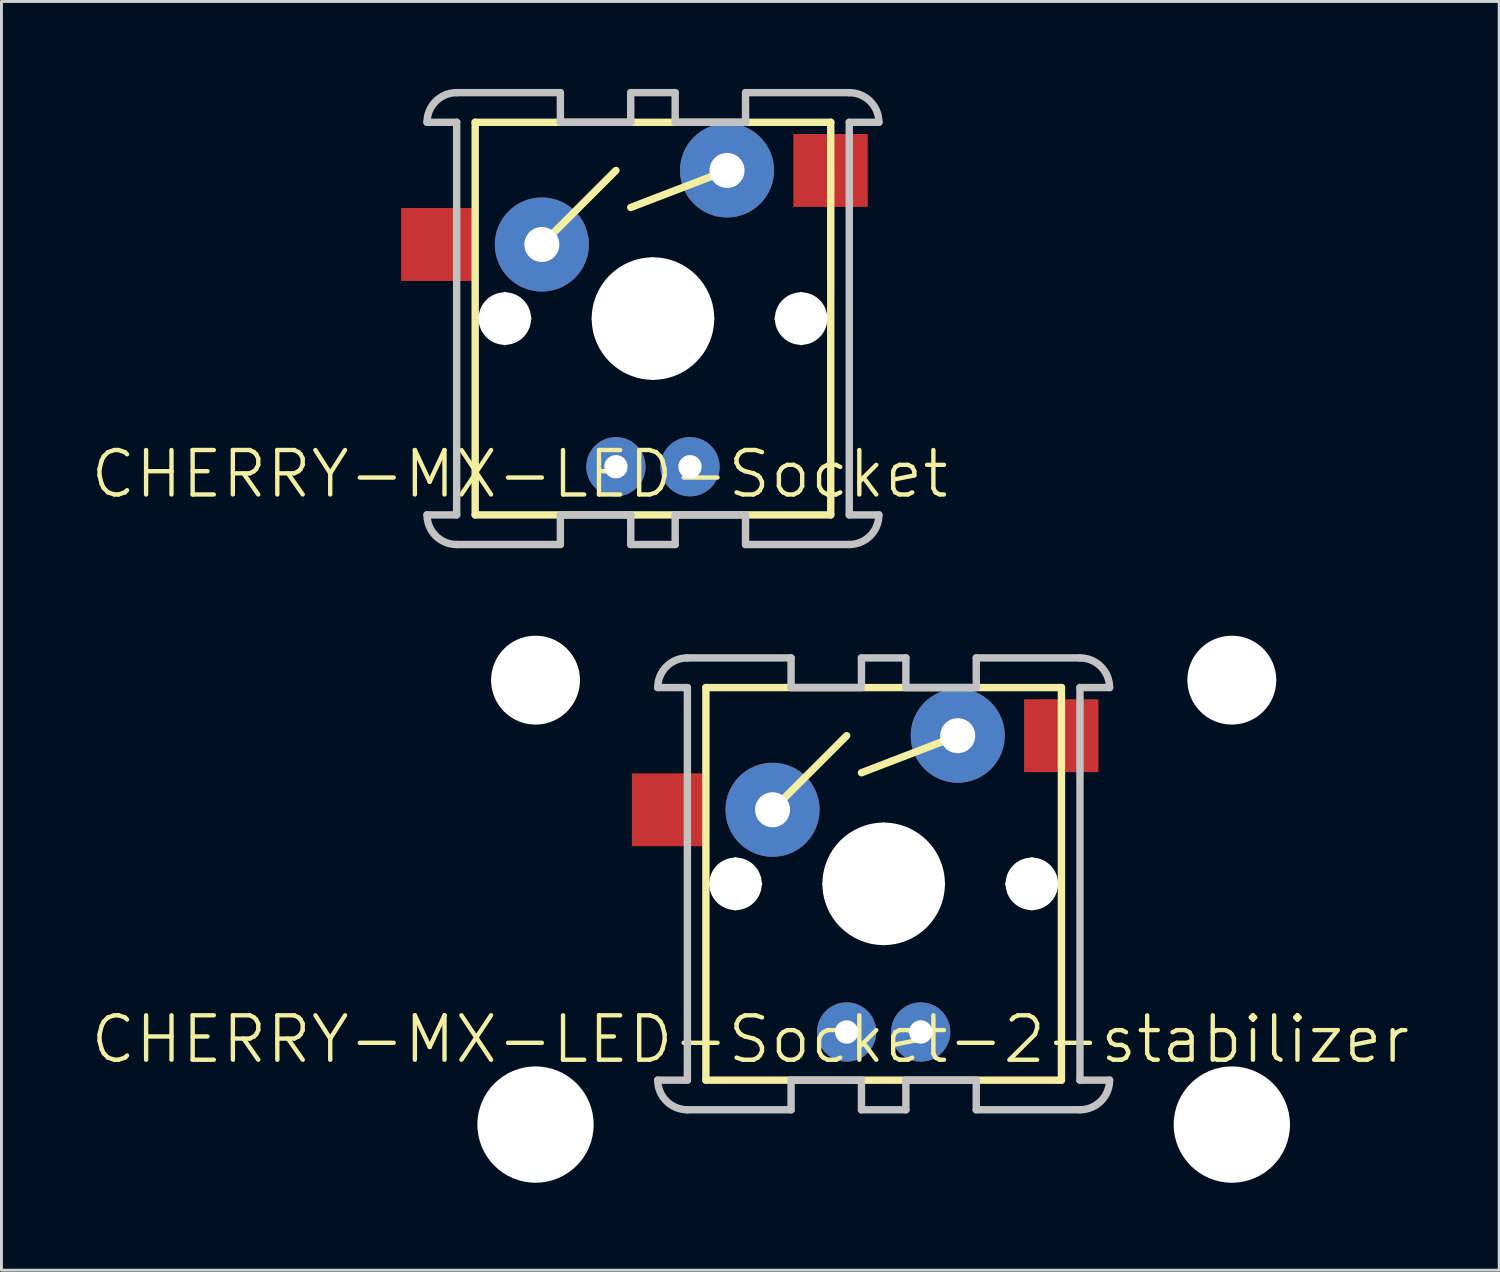
<source format=kicad_pcb>
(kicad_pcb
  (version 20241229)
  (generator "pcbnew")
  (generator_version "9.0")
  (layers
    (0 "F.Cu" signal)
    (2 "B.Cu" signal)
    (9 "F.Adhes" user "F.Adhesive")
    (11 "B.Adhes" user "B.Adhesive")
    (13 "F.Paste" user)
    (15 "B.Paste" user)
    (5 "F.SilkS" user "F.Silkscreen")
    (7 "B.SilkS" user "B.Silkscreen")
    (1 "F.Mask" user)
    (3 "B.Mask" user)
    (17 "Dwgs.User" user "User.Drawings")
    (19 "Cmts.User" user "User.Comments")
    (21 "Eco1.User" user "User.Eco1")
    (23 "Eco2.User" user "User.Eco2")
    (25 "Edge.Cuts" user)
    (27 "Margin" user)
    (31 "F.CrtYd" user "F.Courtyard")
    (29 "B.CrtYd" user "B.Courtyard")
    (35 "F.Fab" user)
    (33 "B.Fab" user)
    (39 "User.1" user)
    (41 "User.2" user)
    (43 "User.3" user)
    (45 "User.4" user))
  (footprint "CHERRY-MX-LED-Socket-2-stabilizer"
    (layer "F.Cu")
    (at 27.251 27.257)
    (property "Reference" "CHERRY-MX-LED-Socket-2-stabilizer" (at -4.572 5.334 0) (layer "F.SilkS") (effects (font (size 1.524 1.524) (thickness 0.15))))
    (attr exclude_from_pos_files exclude_from_bom)
    (fp_line (start -6.096 -6.731) (end 6.096 -6.731) (stroke (width 0.254) (type solid)) (layer "F.SilkS"))
    (fp_line (start -6.096 6.731) (end -6.096 -6.731) (stroke (width 0.254) (type solid)) (layer "F.SilkS"))
    (fp_line (start -5.933 0) (end -4.224 0) (stroke (width 0.127) (type solid)) (layer "F.SilkS"))
    (fp_line (start -5.08 0.853) (end -5.08 -0.853) (stroke (width 0.127) (type solid)) (layer "F.SilkS"))
    (fp_line (start -3.81 -2.54) (end -1.27 -5.08) (stroke (width 0.254) (type solid)) (layer "F.SilkS"))
    (fp_line (start -2.045 0) (end 2.045 0) (stroke (width 0.127) (type solid)) (layer "F.SilkS"))
    (fp_line (start 0 2.045) (end 0 -2.045) (stroke (width 0.127) (type solid)) (layer "F.SilkS"))
    (fp_line (start 2.54 -5.08) (end -0.762 -3.81) (stroke (width 0.254) (type solid)) (layer "F.SilkS"))
    (fp_line (start 4.224 0) (end 5.933 0) (stroke (width 0.127) (type solid)) (layer "F.SilkS"))
    (fp_line (start 4.46 -6.755) (end -4.865 -6.755) (stroke (width 0.15) (type solid)) (layer "F.SilkS"))
    (fp_line (start 5.08 0.853) (end 5.08 -0.853) (stroke (width 0.127) (type solid)) (layer "F.SilkS"))
    (fp_line (start 6.096 -6.731) (end 6.096 6.731) (stroke (width 0.254) (type solid)) (layer "F.SilkS"))
    (fp_line (start 6.096 6.731) (end -6.096 6.731) (stroke (width 0.254) (type solid)) (layer "F.SilkS"))
    (fp_line (start 6.135 -5.08) (end 6.135 -0.865) (stroke (width 0.15) (type solid)) (layer "F.SilkS"))
    (fp_circle (center -5.08 0) (end -5.504 0.424) (stroke (width 0.127) (type solid)) (fill no) (layer "F.SilkS"))
    (fp_circle (center 0 0) (end -1.021 1.021) (stroke (width 0.127) (type solid)) (fill no) (layer "F.SilkS"))
    (fp_circle (center 5.08 0) (end 5.504 0.424) (stroke (width 0.127) (type solid)) (fill no) (layer "F.SilkS"))
    (fp_line (start -6.731 -7.747) (end -3.175 -7.747) (stroke (width 0.254) (type solid)) (layer "Dwgs.User"))
    (fp_line (start -6.731 -6.731) (end -7.747 -6.731) (stroke (width 0.254) (type solid)) (layer "Dwgs.User"))
    (fp_line (start -6.731 6.731) (end -7.747 6.731) (stroke (width 0.254) (type solid)) (layer "Dwgs.User"))
    (fp_line (start -6.731 6.731) (end -6.731 -6.731) (stroke (width 0.254) (type solid)) (layer "Dwgs.User"))
    (fp_line (start -6.731 7.747) (end -3.175 7.747) (stroke (width 0.254) (type solid)) (layer "Dwgs.User"))
    (fp_line (start -3.175 -7.747) (end -3.175 -6.731) (stroke (width 0.254) (type solid)) (layer "Dwgs.User"))
    (fp_line (start -3.175 -6.731) (end -0.762 -6.731) (stroke (width 0.254) (type solid)) (layer "Dwgs.User"))
    (fp_line (start -3.175 7.747) (end -3.175 6.731) (stroke (width 0.254) (type solid)) (layer "Dwgs.User"))
    (fp_line (start -0.762 -7.747) (end 0.762 -7.747) (stroke (width 0.254) (type solid)) (layer "Dwgs.User"))
    (fp_line (start -0.762 -6.731) (end -0.762 -7.747) (stroke (width 0.254) (type solid)) (layer "Dwgs.User"))
    (fp_line (start -0.762 6.731) (end -3.175 6.731) (stroke (width 0.254) (type solid)) (layer "Dwgs.User"))
    (fp_line (start -0.762 7.747) (end -0.762 6.731) (stroke (width 0.254) (type solid)) (layer "Dwgs.User"))
    (fp_line (start 0.762 -7.747) (end 0.762 -6.731) (stroke (width 0.254) (type solid)) (layer "Dwgs.User"))
    (fp_line (start 0.762 -6.731) (end 3.175 -6.731) (stroke (width 0.254) (type solid)) (layer "Dwgs.User"))
    (fp_line (start 0.762 6.731) (end 0.762 7.747) (stroke (width 0.254) (type solid)) (layer "Dwgs.User"))
    (fp_line (start 0.762 7.747) (end -0.762 7.747) (stroke (width 0.254) (type solid)) (layer "Dwgs.User"))
    (fp_line (start 3.175 -7.747) (end 3.175 -6.731) (stroke (width 0.254) (type solid)) (layer "Dwgs.User"))
    (fp_line (start 3.175 6.731) (end 0.762 6.731) (stroke (width 0.254) (type solid)) (layer "Dwgs.User"))
    (fp_line (start 3.175 7.747) (end 3.175 6.731) (stroke (width 0.254) (type solid)) (layer "Dwgs.User"))
    (fp_line (start 6.731 -7.747) (end 3.175 -7.747) (stroke (width 0.254) (type solid)) (layer "Dwgs.User"))
    (fp_line (start 6.731 -6.731) (end 6.731 6.731) (stroke (width 0.254) (type solid)) (layer "Dwgs.User"))
    (fp_line (start 6.731 -6.731) (end 7.747 -6.731) (stroke (width 0.254) (type solid)) (layer "Dwgs.User"))
    (fp_line (start 6.731 6.731) (end 7.747 6.731) (stroke (width 0.254) (type solid)) (layer "Dwgs.User"))
    (fp_line (start 6.731 7.747) (end 3.175 7.747) (stroke (width 0.254) (type solid)) (layer "Dwgs.User"))
    (fp_arc (start -7.747 -6.731) (mid -7.44942 -7.44942) (end -6.731 -7.747) (stroke (width 0.254) (type solid)) (layer "Dwgs.User"))
    (fp_arc (start -6.731 7.747) (mid -7.44942 7.44942) (end -7.747 6.731) (stroke (width 0.254) (type solid)) (layer "Dwgs.User"))
    (fp_arc (start 6.731 -7.747) (mid 7.44942 -7.44942) (end 7.747 -6.731) (stroke (width 0.254) (type solid)) (layer "Dwgs.User"))
    (fp_arc (start 7.747 6.731) (mid 7.44942 7.44942) (end 6.731 7.747) (stroke (width 0.254) (type solid)) (layer "Dwgs.User"))
    (pad "" np_thru_hole circle (at -11.938 -6.985) (size 3.048 3.048) (drill 3.048) (layers "*.Cu" "*.Mask"))
    (pad "" np_thru_hole circle (at -11.938 8.255) (size 3.988 3.988) (drill 3.988) (layers "*.Cu" "*.Mask"))
    (pad "" np_thru_hole circle (at -5.08 0) (size 1.8 1.8) (drill 1.8) (layers "*.Cu" "*.Mask"))
    (pad "" np_thru_hole circle (at 0 0) (size 4.2 4.2) (drill 4.2) (layers "*.Cu" "*.Mask"))
    (pad "" np_thru_hole circle (at 5.08 0) (size 1.8 1.8) (drill 1.8) (layers "*.Cu" "*.Mask"))
    (pad "" np_thru_hole circle (at 11.938 -6.985) (size 3.048 3.048) (drill 3.048) (layers "*.Cu" "*.Mask"))
    (pad "" np_thru_hole circle (at 11.938 8.255) (size 3.988 3.988) (drill 3.988) (layers "*.Cu" "*.Mask"))
    (pad "A" thru_hole circle (at -1.27 5.08) (size 2.032 2.032) (drill 0.8) (layers "*.Cu" "*.Paste" "*.Mask"))
    (pad "K" thru_hole circle (at 1.27 5.08) (size 2.032 2.032) (drill 0.8) (layers "*.Cu" "*.Paste" "*.Mask"))
    (pad "S1" smd rect (at -7.36 -2.54) (size 2.55 2.5) (layers "F.Cu" "F.Mask" "F.Paste"))
    (pad "S1" thru_hole circle (at -3.81 -2.54) (size 3.226 3.226) (drill 1.2) (layers "*.Cu" "*.Paste" "*.Mask"))
    (pad "S2" thru_hole circle (at 2.54 -5.08) (size 3.226 3.226) (drill 1.2) (layers "*.Cu" "*.Paste" "*.Mask"))
    (pad "S2" smd rect (at 6.09 -5.08) (size 2.55 2.5) (layers "F.Cu" "F.Mask" "F.Paste")))
  (footprint "CHERRY-MX-LED-Socket"
    (layer "F.Cu")
    (at 19.34 7.874)
    (property "Reference" "CHERRY-MX-LED-Socket" (at -4.572 5.334 0) (layer "F.SilkS") (effects (font (size 1.524 1.524) (thickness 0.15))))
    (attr exclude_from_pos_files exclude_from_bom)
    (fp_line (start -6.096 -6.731) (end 6.096 -6.731) (stroke (width 0.254) (type solid)) (layer "F.SilkS"))
    (fp_line (start -6.096 6.731) (end -6.096 -6.731) (stroke (width 0.254) (type solid)) (layer "F.SilkS"))
    (fp_line (start -5.933 0) (end -4.224 0) (stroke (width 0.127) (type solid)) (layer "F.SilkS"))
    (fp_line (start -5.08 0.853) (end -5.08 -0.853) (stroke (width 0.127) (type solid)) (layer "F.SilkS"))
    (fp_line (start -3.81 -2.54) (end -1.27 -5.08) (stroke (width 0.254) (type solid)) (layer "F.SilkS"))
    (fp_line (start -2.045 0) (end 2.045 0) (stroke (width 0.127) (type solid)) (layer "F.SilkS"))
    (fp_line (start 0 2.045) (end 0 -2.045) (stroke (width 0.127) (type solid)) (layer "F.SilkS"))
    (fp_line (start 2.54 -5.08) (end -0.762 -3.81) (stroke (width 0.254) (type solid)) (layer "F.SilkS"))
    (fp_line (start 4.224 0) (end 5.933 0) (stroke (width 0.127) (type solid)) (layer "F.SilkS"))
    (fp_line (start 4.46 -6.755) (end -4.865 -6.755) (stroke (width 0.15) (type solid)) (layer "F.SilkS"))
    (fp_line (start 5.08 0.853) (end 5.08 -0.853) (stroke (width 0.127) (type solid)) (layer "F.SilkS"))
    (fp_line (start 6.096 -6.731) (end 6.096 6.731) (stroke (width 0.254) (type solid)) (layer "F.SilkS"))
    (fp_line (start 6.096 6.731) (end -6.096 6.731) (stroke (width 0.254) (type solid)) (layer "F.SilkS"))
    (fp_line (start 6.135 -5.08) (end 6.135 -0.865) (stroke (width 0.15) (type solid)) (layer "F.SilkS"))
    (fp_circle (center -5.08 0) (end -5.504 0.424) (stroke (width 0.127) (type solid)) (fill no) (layer "F.SilkS"))
    (fp_circle (center 0 0) (end -1.021 1.021) (stroke (width 0.127) (type solid)) (fill no) (layer "F.SilkS"))
    (fp_circle (center 5.08 0) (end 5.504 0.424) (stroke (width 0.127) (type solid)) (fill no) (layer "F.SilkS"))
    (fp_line (start -6.731 -7.747) (end -3.175 -7.747) (stroke (width 0.254) (type solid)) (layer "Dwgs.User"))
    (fp_line (start -6.731 -6.731) (end -7.747 -6.731) (stroke (width 0.254) (type solid)) (layer "Dwgs.User"))
    (fp_line (start -6.731 6.731) (end -7.747 6.731) (stroke (width 0.254) (type solid)) (layer "Dwgs.User"))
    (fp_line (start -6.731 6.731) (end -6.731 -6.731) (stroke (width 0.254) (type solid)) (layer "Dwgs.User"))
    (fp_line (start -6.731 7.747) (end -3.175 7.747) (stroke (width 0.254) (type solid)) (layer "Dwgs.User"))
    (fp_line (start -3.175 -7.747) (end -3.175 -6.731) (stroke (width 0.254) (type solid)) (layer "Dwgs.User"))
    (fp_line (start -3.175 -6.731) (end -0.762 -6.731) (stroke (width 0.254) (type solid)) (layer "Dwgs.User"))
    (fp_line (start -3.175 7.747) (end -3.175 6.731) (stroke (width 0.254) (type solid)) (layer "Dwgs.User"))
    (fp_line (start -0.762 -7.747) (end 0.762 -7.747) (stroke (width 0.254) (type solid)) (layer "Dwgs.User"))
    (fp_line (start -0.762 -6.731) (end -0.762 -7.747) (stroke (width 0.254) (type solid)) (layer "Dwgs.User"))
    (fp_line (start -0.762 6.731) (end -3.175 6.731) (stroke (width 0.254) (type solid)) (layer "Dwgs.User"))
    (fp_line (start -0.762 7.747) (end -0.762 6.731) (stroke (width 0.254) (type solid)) (layer "Dwgs.User"))
    (fp_line (start 0.762 -7.747) (end 0.762 -6.731) (stroke (width 0.254) (type solid)) (layer "Dwgs.User"))
    (fp_line (start 0.762 -6.731) (end 3.175 -6.731) (stroke (width 0.254) (type solid)) (layer "Dwgs.User"))
    (fp_line (start 0.762 6.731) (end 0.762 7.747) (stroke (width 0.254) (type solid)) (layer "Dwgs.User"))
    (fp_line (start 0.762 7.747) (end -0.762 7.747) (stroke (width 0.254) (type solid)) (layer "Dwgs.User"))
    (fp_line (start 3.175 -7.747) (end 3.175 -6.731) (stroke (width 0.254) (type solid)) (layer "Dwgs.User"))
    (fp_line (start 3.175 6.731) (end 0.762 6.731) (stroke (width 0.254) (type solid)) (layer "Dwgs.User"))
    (fp_line (start 3.175 7.747) (end 3.175 6.731) (stroke (width 0.254) (type solid)) (layer "Dwgs.User"))
    (fp_line (start 6.731 -7.747) (end 3.175 -7.747) (stroke (width 0.254) (type solid)) (layer "Dwgs.User"))
    (fp_line (start 6.731 -6.731) (end 6.731 6.731) (stroke (width 0.254) (type solid)) (layer "Dwgs.User"))
    (fp_line (start 6.731 -6.731) (end 7.747 -6.731) (stroke (width 0.254) (type solid)) (layer "Dwgs.User"))
    (fp_line (start 6.731 6.731) (end 7.747 6.731) (stroke (width 0.254) (type solid)) (layer "Dwgs.User"))
    (fp_line (start 6.731 7.747) (end 3.175 7.747) (stroke (width 0.254) (type solid)) (layer "Dwgs.User"))
    (fp_arc (start -7.747 -6.731) (mid -7.44942 -7.44942) (end -6.731 -7.747) (stroke (width 0.254) (type solid)) (layer "Dwgs.User"))
    (fp_arc (start -6.731 7.747) (mid -7.44942 7.44942) (end -7.747 6.731) (stroke (width 0.254) (type solid)) (layer "Dwgs.User"))
    (fp_arc (start 6.731 -7.747) (mid 7.44942 -7.44942) (end 7.747 -6.731) (stroke (width 0.254) (type solid)) (layer "Dwgs.User"))
    (fp_arc (start 7.747 6.731) (mid 7.44942 7.44942) (end 6.731 7.747) (stroke (width 0.254) (type solid)) (layer "Dwgs.User"))
    (pad "" np_thru_hole circle (at -5.08 0) (size 1.8 1.8) (drill 1.8) (layers "*.Cu" "*.Mask"))
    (pad "" np_thru_hole circle (at 0 0) (size 4.2 4.2) (drill 4.2) (layers "*.Cu" "*.Mask"))
    (pad "" np_thru_hole circle (at 5.08 0) (size 1.8 1.8) (drill 1.8) (layers "*.Cu" "*.Mask"))
    (pad "A" thru_hole circle (at -1.27 5.08) (size 2.032 2.032) (drill 0.8) (layers "*.Cu" "*.Paste" "*.Mask"))
    (pad "K" thru_hole circle (at 1.27 5.08) (size 2.032 2.032) (drill 0.8) (layers "*.Cu" "*.Paste" "*.Mask"))
    (pad "S1" smd rect (at -7.36 -2.54) (size 2.55 2.5) (layers "F.Cu" "F.Mask" "F.Paste"))
    (pad "S1" thru_hole circle (at -3.81 -2.54) (size 3.226 3.226) (drill 1.2) (layers "*.Cu" "*.Paste" "*.Mask"))
    (pad "S2" thru_hole circle (at 2.54 -5.08) (size 3.226 3.226) (drill 1.2) (layers "*.Cu" "*.Paste" "*.Mask"))
    (pad "S2" smd rect (at 6.09 -5.08) (size 2.55 2.5) (layers "F.Cu" "F.Mask" "F.Paste")))
  (gr_rect
    (start -3 -3)
    (end 48.357 40.506)
    (stroke (width 0.1) (type default))
    (fill no)
    (layer "Edge.Cuts")))
</source>
